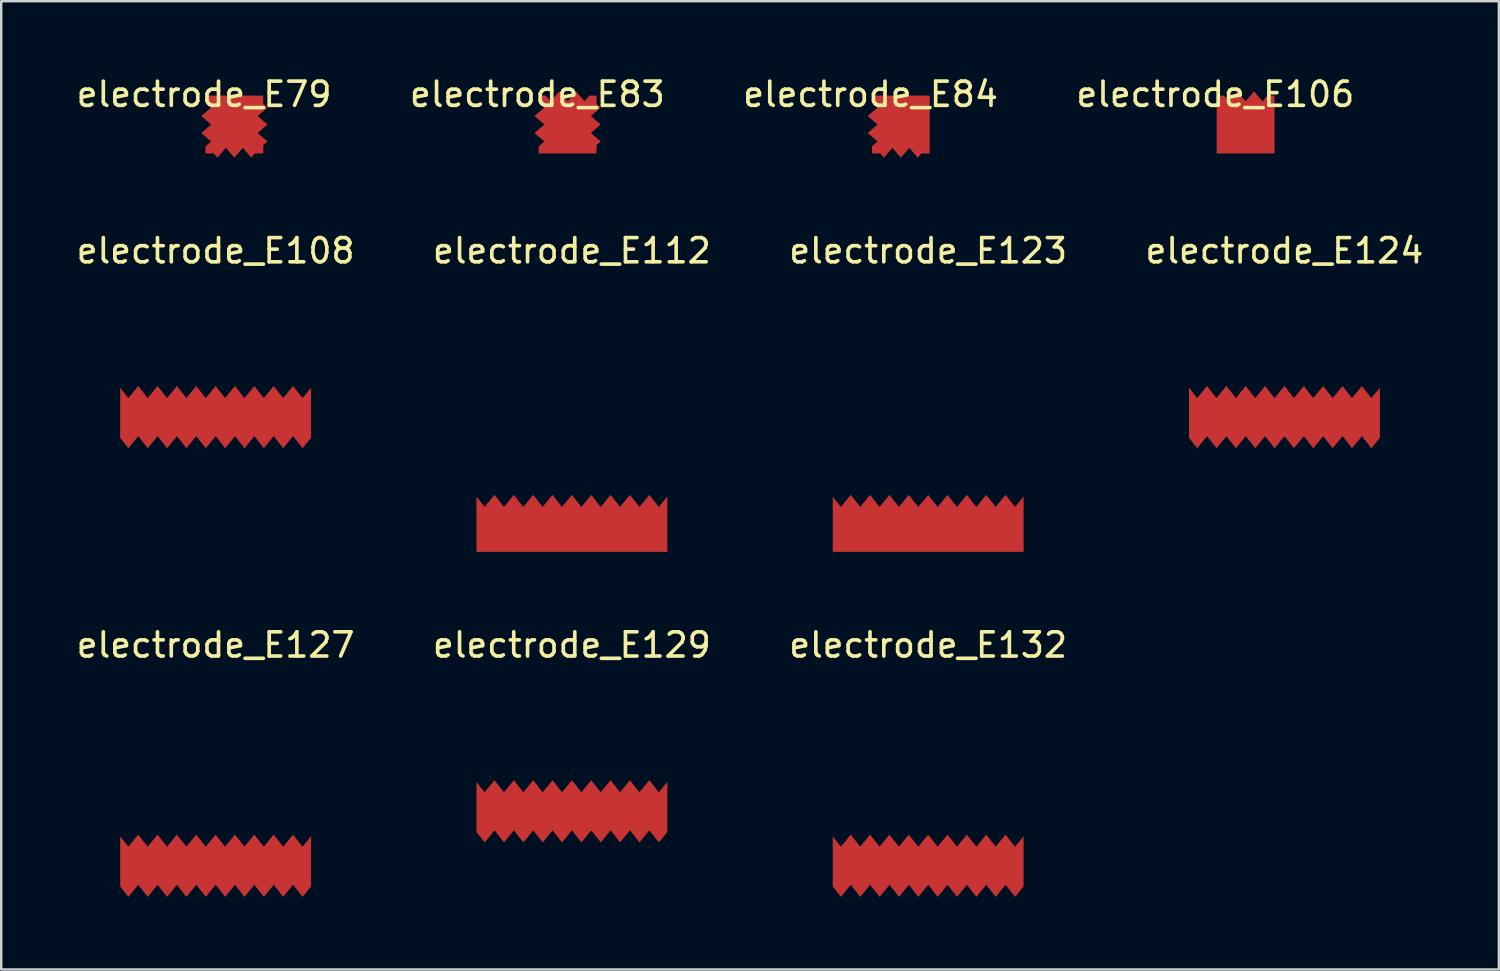
<source format=kicad_pcb>
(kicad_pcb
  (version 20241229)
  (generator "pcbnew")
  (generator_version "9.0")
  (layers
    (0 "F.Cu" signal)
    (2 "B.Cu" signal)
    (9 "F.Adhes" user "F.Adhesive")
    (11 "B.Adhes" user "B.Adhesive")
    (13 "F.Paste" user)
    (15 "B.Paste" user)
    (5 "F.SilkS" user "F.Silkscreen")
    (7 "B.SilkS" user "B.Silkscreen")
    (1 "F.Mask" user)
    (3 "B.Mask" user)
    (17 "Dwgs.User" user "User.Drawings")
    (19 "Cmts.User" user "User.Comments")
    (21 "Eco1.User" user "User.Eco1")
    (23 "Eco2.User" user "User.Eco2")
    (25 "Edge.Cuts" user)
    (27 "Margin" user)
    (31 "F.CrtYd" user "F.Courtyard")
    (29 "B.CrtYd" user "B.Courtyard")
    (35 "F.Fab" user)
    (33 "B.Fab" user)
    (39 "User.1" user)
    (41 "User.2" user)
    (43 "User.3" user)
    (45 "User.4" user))
  (footprint "electrode_E112"
    (layer "F.Cu")
    (at 20.589 7.316)
    (property "Reference" "electrode_E112" (at 0 0 0) (layer "F.SilkS") (effects (font (size 1 1) (thickness 0.15))))
    (attr through_hole)
    (pad "1" smd custom (at -2.806 11.576) (size 0.5 0.5) (layers "F.Cu" "F.Mask" "F.Paste") (options (anchor circle)) (primitives (gr_poly (pts (xy 6.397 -0.988) (xy 6.751 -1.422) (xy 6.751 0.869) (xy -1.139 0.869) (xy -1.139 -1.417) (xy -0.803 -0.988) (xy -0.395 -1.488) (xy -0.003 -0.988) (xy 0.405 -1.488) (xy 0.797 -0.988) (xy 1.205 -1.488) (xy 1.597 -0.988) (xy 2.005 -1.488) (xy 2.397 -0.988) (xy 2.805 -1.488) (xy 3.197 -0.988) (xy 3.605 -1.488) (xy 3.997 -0.988) (xy 4.405 -1.488) (xy 4.797 -0.988) (xy 5.205 -1.488) (xy 5.597 -0.988) (xy 6.005 -1.488)) (width 0.0001) (fill yes)))))
  (footprint "electrode_E123"
    (layer "F.Cu")
    (at 35.315 7.316)
    (property "Reference" "electrode_E123" (at 0 0 0) (layer "F.SilkS") (effects (font (size 1 1) (thickness 0.15))))
    (attr through_hole)
    (pad "1" smd custom (at -2.806 11.576) (size 0.5 0.5) (layers "F.Cu" "F.Mask" "F.Paste") (options (anchor circle)) (primitives (gr_poly (pts (xy 6.397 -0.988) (xy 6.751 -1.422) (xy 6.751 0.869) (xy -1.139 0.869) (xy -1.139 -1.417) (xy -0.803 -0.988) (xy -0.395 -1.488) (xy -0.003 -0.988) (xy 0.405 -1.488) (xy 0.797 -0.988) (xy 1.205 -1.488) (xy 1.597 -0.988) (xy 2.005 -1.488) (xy 2.397 -0.988) (xy 2.805 -1.488) (xy 3.197 -0.988) (xy 3.605 -1.488) (xy 3.997 -0.988) (xy 4.405 -1.488) (xy 4.797 -0.988) (xy 5.205 -1.488) (xy 5.597 -0.988) (xy 6.005 -1.488)) (width 0.0001) (fill yes)))))
  (footprint "electrode_E108"
    (layer "F.Cu")
    (at 5.863 7.316)
    (property "Reference" "electrode_E108" (at 0 0 0) (layer "F.SilkS") (effects (font (size 1 1) (thickness 0.15))))
    (attr through_hole)
    (pad "1" smd custom (at -2.903 6.908) (size 0.5 0.5) (layers "F.Cu" "F.Mask" "F.Paste") (options (anchor circle)) (primitives (gr_poly (pts (xy 6.494 -0.82) (xy 6.848 -1.253) (xy 6.848 0.823) (xy 6.496 1.254) (xy 6.104 0.754) (xy 5.696 1.254) (xy 5.304 0.754) (xy 4.896 1.254) (xy 4.504 0.754) (xy 4.096 1.254) (xy 3.704 0.754) (xy 3.296 1.254) (xy 2.904 0.754) (xy 2.496 1.254) (xy 2.104 0.754) (xy 1.696 1.254) (xy 1.304 0.754) (xy 0.896 1.254) (xy 0.504 0.754) (xy 0.096 1.254) (xy -0.296 0.754) (xy -0.704 1.254) (xy -1.042 0.823) (xy -1.042 -1.248) (xy -0.706 -0.82) (xy -0.298 -1.32) (xy 0.094 -0.82) (xy 0.502 -1.32) (xy 0.894 -0.82) (xy 1.302 -1.32) (xy 1.694 -0.82) (xy 2.102 -1.32) (xy 2.494 -0.82) (xy 2.902 -1.32) (xy 3.294 -0.82) (xy 3.702 -1.32) (xy 4.094 -0.82) (xy 4.502 -1.32) (xy 4.894 -0.82) (xy 5.302 -1.32) (xy 5.694 -0.82) (xy 6.102 -1.32)) (width 0.0001) (fill yes)))))
  (footprint "electrode_E132"
    (layer "F.Cu")
    (at 35.315 23.61)
    (property "Reference" "electrode_E132" (at 0 0 0) (layer "F.SilkS") (effects (font (size 1 1) (thickness 0.15))))
    (attr through_hole)
    (pad "1" smd custom (at -2.838 9.112) (size 0.5 0.5) (layers "F.Cu" "F.Mask" "F.Paste") (options (anchor circle)) (primitives (gr_poly (pts (xy 6.429 -0.774) (xy 6.783 -1.208) (xy 6.783 0.868) (xy 6.431 1.3) (xy 6.039 0.8) (xy 5.631 1.3) (xy 5.239 0.8) (xy 4.831 1.3) (xy 4.439 0.8) (xy 4.031 1.3) (xy 3.639 0.8) (xy 3.231 1.3) (xy 2.839 0.8) (xy 2.431 1.3) (xy 2.039 0.8) (xy 1.631 1.3) (xy 1.239 0.8) (xy 0.831 1.3) (xy 0.439 0.8) (xy 0.031 1.3) (xy -0.361 0.8) (xy -0.769 1.3) (xy -1.107 0.869) (xy -1.107 -1.203) (xy -0.771 -0.774) (xy -0.363 -1.274) (xy 0.029 -0.774) (xy 0.437 -1.274) (xy 0.829 -0.774) (xy 1.237 -1.274) (xy 1.629 -0.774) (xy 2.037 -1.274) (xy 2.429 -0.774) (xy 2.837 -1.274) (xy 3.229 -0.774) (xy 3.637 -1.274) (xy 4.029 -0.774) (xy 4.437 -1.274) (xy 4.829 -0.774) (xy 5.237 -1.274) (xy 5.629 -0.774) (xy 6.037 -1.274)) (width 0.0001) (fill yes)))))
  (footprint "electrode_E79"
    (layer "F.Cu")
    (at 5.387 0.848)
    (property "Reference" "electrode_E79" (at 0 0 0) (layer "F.SilkS") (effects (font (size 1 1) (thickness 0.15))))
    (attr through_hole)
    (pad "1" smd custom (at 1.25 1.25) (size 0.5 0.5) (layers "F.Cu" "F.Mask" "F.Paste") (options (anchor circle)) (primitives (gr_poly (pts (xy 1.195 -0.85) (xy 1.37 -0.7) (xy 0.961 -0.35) (xy 1.37 0) (xy 0.961 0.35) (xy 1.37 0.7) (xy 1.195 0.85) (xy 1.195 1.195) (xy 0.85 1.195) (xy 0.7 1.37) (xy 0.35 0.961) (xy 0 1.37) (xy -0.35 0.961) (xy -0.7 1.37) (xy -0.85 1.195) (xy -1.195 1.195) (xy -1.195 0.9) (xy -0.961 0.7) (xy -1.37 0.35) (xy -0.961 0) (xy -1.37 -0.35) (xy -0.961 -0.7) (xy -1.195 -0.9) (xy -1.195 -1.195) (xy 1.195 -1.195)) (width 0.0001) (fill yes)))))
  (footprint "electrode_E129"
    (layer "F.Cu")
    (at 20.589 23.61)
    (property "Reference" "electrode_E129" (at 0 0 0) (layer "F.SilkS") (effects (font (size 1 1) (thickness 0.15))))
    (attr through_hole)
    (pad "1" smd custom (at -2.903 6.908) (size 0.5 0.5) (layers "F.Cu" "F.Mask" "F.Paste") (options (anchor circle)) (primitives (gr_poly (pts (xy 6.494 -0.82) (xy 6.848 -1.253) (xy 6.848 0.823) (xy 6.496 1.254) (xy 6.104 0.754) (xy 5.696 1.254) (xy 5.304 0.754) (xy 4.896 1.254) (xy 4.504 0.754) (xy 4.096 1.254) (xy 3.704 0.754) (xy 3.296 1.254) (xy 2.904 0.754) (xy 2.496 1.254) (xy 2.104 0.754) (xy 1.696 1.254) (xy 1.304 0.754) (xy 0.896 1.254) (xy 0.504 0.754) (xy 0.096 1.254) (xy -0.296 0.754) (xy -0.704 1.254) (xy -1.042 0.823) (xy -1.042 -1.248) (xy -0.706 -0.82) (xy -0.298 -1.32) (xy 0.094 -0.82) (xy 0.502 -1.32) (xy 0.894 -0.82) (xy 1.302 -1.32) (xy 1.694 -0.82) (xy 2.102 -1.32) (xy 2.494 -0.82) (xy 2.902 -1.32) (xy 3.294 -0.82) (xy 3.702 -1.32) (xy 4.094 -0.82) (xy 4.502 -1.32) (xy 4.894 -0.82) (xy 5.302 -1.32) (xy 5.694 -0.82) (xy 6.102 -1.32)) (width 0.0001) (fill yes)))))
  (footprint "electrode_E127"
    (layer "F.Cu")
    (at 5.863 23.61)
    (property "Reference" "electrode_E127" (at 0 0 0) (layer "F.SilkS") (effects (font (size 1 1) (thickness 0.15))))
    (attr through_hole)
    (pad "1" smd custom (at -2.838 9.112) (size 0.5 0.5) (layers "F.Cu" "F.Mask" "F.Paste") (options (anchor circle)) (primitives (gr_poly (pts (xy 6.429 -0.774) (xy 6.783 -1.208) (xy 6.783 0.868) (xy 6.431 1.3) (xy 6.039 0.8) (xy 5.631 1.3) (xy 5.239 0.8) (xy 4.831 1.3) (xy 4.439 0.8) (xy 4.031 1.3) (xy 3.639 0.8) (xy 3.231 1.3) (xy 2.839 0.8) (xy 2.431 1.3) (xy 2.039 0.8) (xy 1.631 1.3) (xy 1.239 0.8) (xy 0.831 1.3) (xy 0.439 0.8) (xy 0.031 1.3) (xy -0.361 0.8) (xy -0.769 1.3) (xy -1.107 0.869) (xy -1.107 -1.203) (xy -0.771 -0.774) (xy -0.363 -1.274) (xy 0.029 -0.774) (xy 0.437 -1.274) (xy 0.829 -0.774) (xy 1.237 -1.274) (xy 1.629 -0.774) (xy 2.037 -1.274) (xy 2.429 -0.774) (xy 2.837 -1.274) (xy 3.229 -0.774) (xy 3.637 -1.274) (xy 4.029 -0.774) (xy 4.437 -1.274) (xy 4.829 -0.774) (xy 5.237 -1.274) (xy 5.629 -0.774) (xy 6.037 -1.274)) (width 0.0001) (fill yes)))))
  (footprint "electrode_E83"
    (layer "F.Cu")
    (at 19.161 0.848)
    (property "Reference" "electrode_E83" (at 0 0 0) (layer "F.SilkS") (effects (font (size 1 1) (thickness 0.15))))
    (attr through_hole)
    (pad "1" smd custom (at 1.25 1.25) (size 0.5 0.5) (layers "F.Cu" "F.Mask" "F.Paste") (options (anchor circle)) (primitives (gr_poly (pts (xy 0.7 -0.961) (xy 0.9 -1.195) (xy 1.195 -1.195) (xy 1.195 -0.85) (xy 1.37 -0.7) (xy 0.961 -0.35) (xy 1.37 0) (xy 0.961 0.35) (xy 1.37 0.7) (xy 1.195 0.85) (xy 1.195 1.195) (xy -1.195 1.195) (xy -1.195 0.9) (xy -0.961 0.7) (xy -1.37 0.35) (xy -0.961 0) (xy -1.37 -0.35) (xy -0.961 -0.7) (xy -1.195 -0.9) (xy -1.195 -1.195) (xy -0.9 -1.195) (xy -0.7 -0.961) (xy -0.35 -1.37) (xy 0 -0.961) (xy 0.35 -1.37)) (width 0.0001) (fill yes)))))
  (footprint "electrode_E84"
    (layer "F.Cu")
    (at 32.935 0.848)
    (property "Reference" "electrode_E84" (at 0 0 0) (layer "F.SilkS") (effects (font (size 1 1) (thickness 0.15))))
    (attr through_hole)
    (pad "1" smd custom (at 1.25 1.25) (size 0.5 0.5) (layers "F.Cu" "F.Mask" "F.Paste") (options (anchor circle)) (primitives (gr_poly (pts (xy 1.195 1.195) (xy 0.85 1.195) (xy 0.7 1.37) (xy 0.35 0.961) (xy 0 1.37) (xy -0.35 0.961) (xy -0.7 1.37) (xy -0.85 1.195) (xy -1.195 1.195) (xy -1.195 0.9) (xy -0.961 0.7) (xy -1.37 0.35) (xy -0.961 0) (xy -1.37 -0.35) (xy -0.961 -0.7) (xy -1.195 -0.9) (xy -1.195 -1.195) (xy 1.195 -1.195)) (width 0.0001) (fill yes)))))
  (footprint "electrode_E124"
    (layer "F.Cu")
    (at 50.042 7.316)
    (property "Reference" "electrode_E124" (at 0 0 0) (layer "F.SilkS") (effects (font (size 1 1) (thickness 0.15))))
    (attr through_hole)
    (pad "1" smd custom (at -2.903 6.908) (size 0.5 0.5) (layers "F.Cu" "F.Mask" "F.Paste") (options (anchor circle)) (primitives (gr_poly (pts (xy 6.494 -0.82) (xy 6.848 -1.253) (xy 6.848 0.823) (xy 6.496 1.254) (xy 6.104 0.754) (xy 5.696 1.254) (xy 5.304 0.754) (xy 4.896 1.254) (xy 4.504 0.754) (xy 4.096 1.254) (xy 3.704 0.754) (xy 3.296 1.254) (xy 2.904 0.754) (xy 2.496 1.254) (xy 2.104 0.754) (xy 1.696 1.254) (xy 1.304 0.754) (xy 0.896 1.254) (xy 0.504 0.754) (xy 0.096 1.254) (xy -0.296 0.754) (xy -0.704 1.254) (xy -1.042 0.823) (xy -1.042 -1.248) (xy -0.706 -0.82) (xy -0.298 -1.32) (xy 0.094 -0.82) (xy 0.502 -1.32) (xy 0.894 -0.82) (xy 1.302 -1.32) (xy 1.694 -0.82) (xy 2.102 -1.32) (xy 2.494 -0.82) (xy 2.902 -1.32) (xy 3.294 -0.82) (xy 3.702 -1.32) (xy 4.094 -0.82) (xy 4.502 -1.32) (xy 4.894 -0.82) (xy 5.302 -1.32) (xy 5.694 -0.82) (xy 6.102 -1.32)) (width 0.0001) (fill yes)))))
  (footprint "electrode_E106"
    (layer "F.Cu")
    (at 47.185 0.848)
    (property "Reference" "electrode_E106" (at 0 0 0) (layer "F.SilkS") (effects (font (size 1 1) (thickness 0.15))))
    (attr through_hole)
    (pad "1" smd custom (at 1.25 1.25) (size 0.5 0.5) (layers "F.Cu" "F.Mask" "F.Paste") (options (anchor circle)) (primitives (gr_poly (pts (xy 0.7 -0.961) (xy 0.9 -1.195) (xy 1.195 -1.195) (xy 1.195 1.195) (xy -1.195 1.195) (xy -1.195 -1.195) (xy -0.9 -1.195) (xy -0.7 -0.961) (xy -0.35 -1.37) (xy 0 -0.961) (xy 0.35 -1.37)) (width 0.0001) (fill yes)))))
  (gr_rect
    (start -3 -3)
    (end 58.905 37.022)
    (stroke (width 0.1) (type default))
    (fill no)
    (layer "Edge.Cuts")))
</source>
